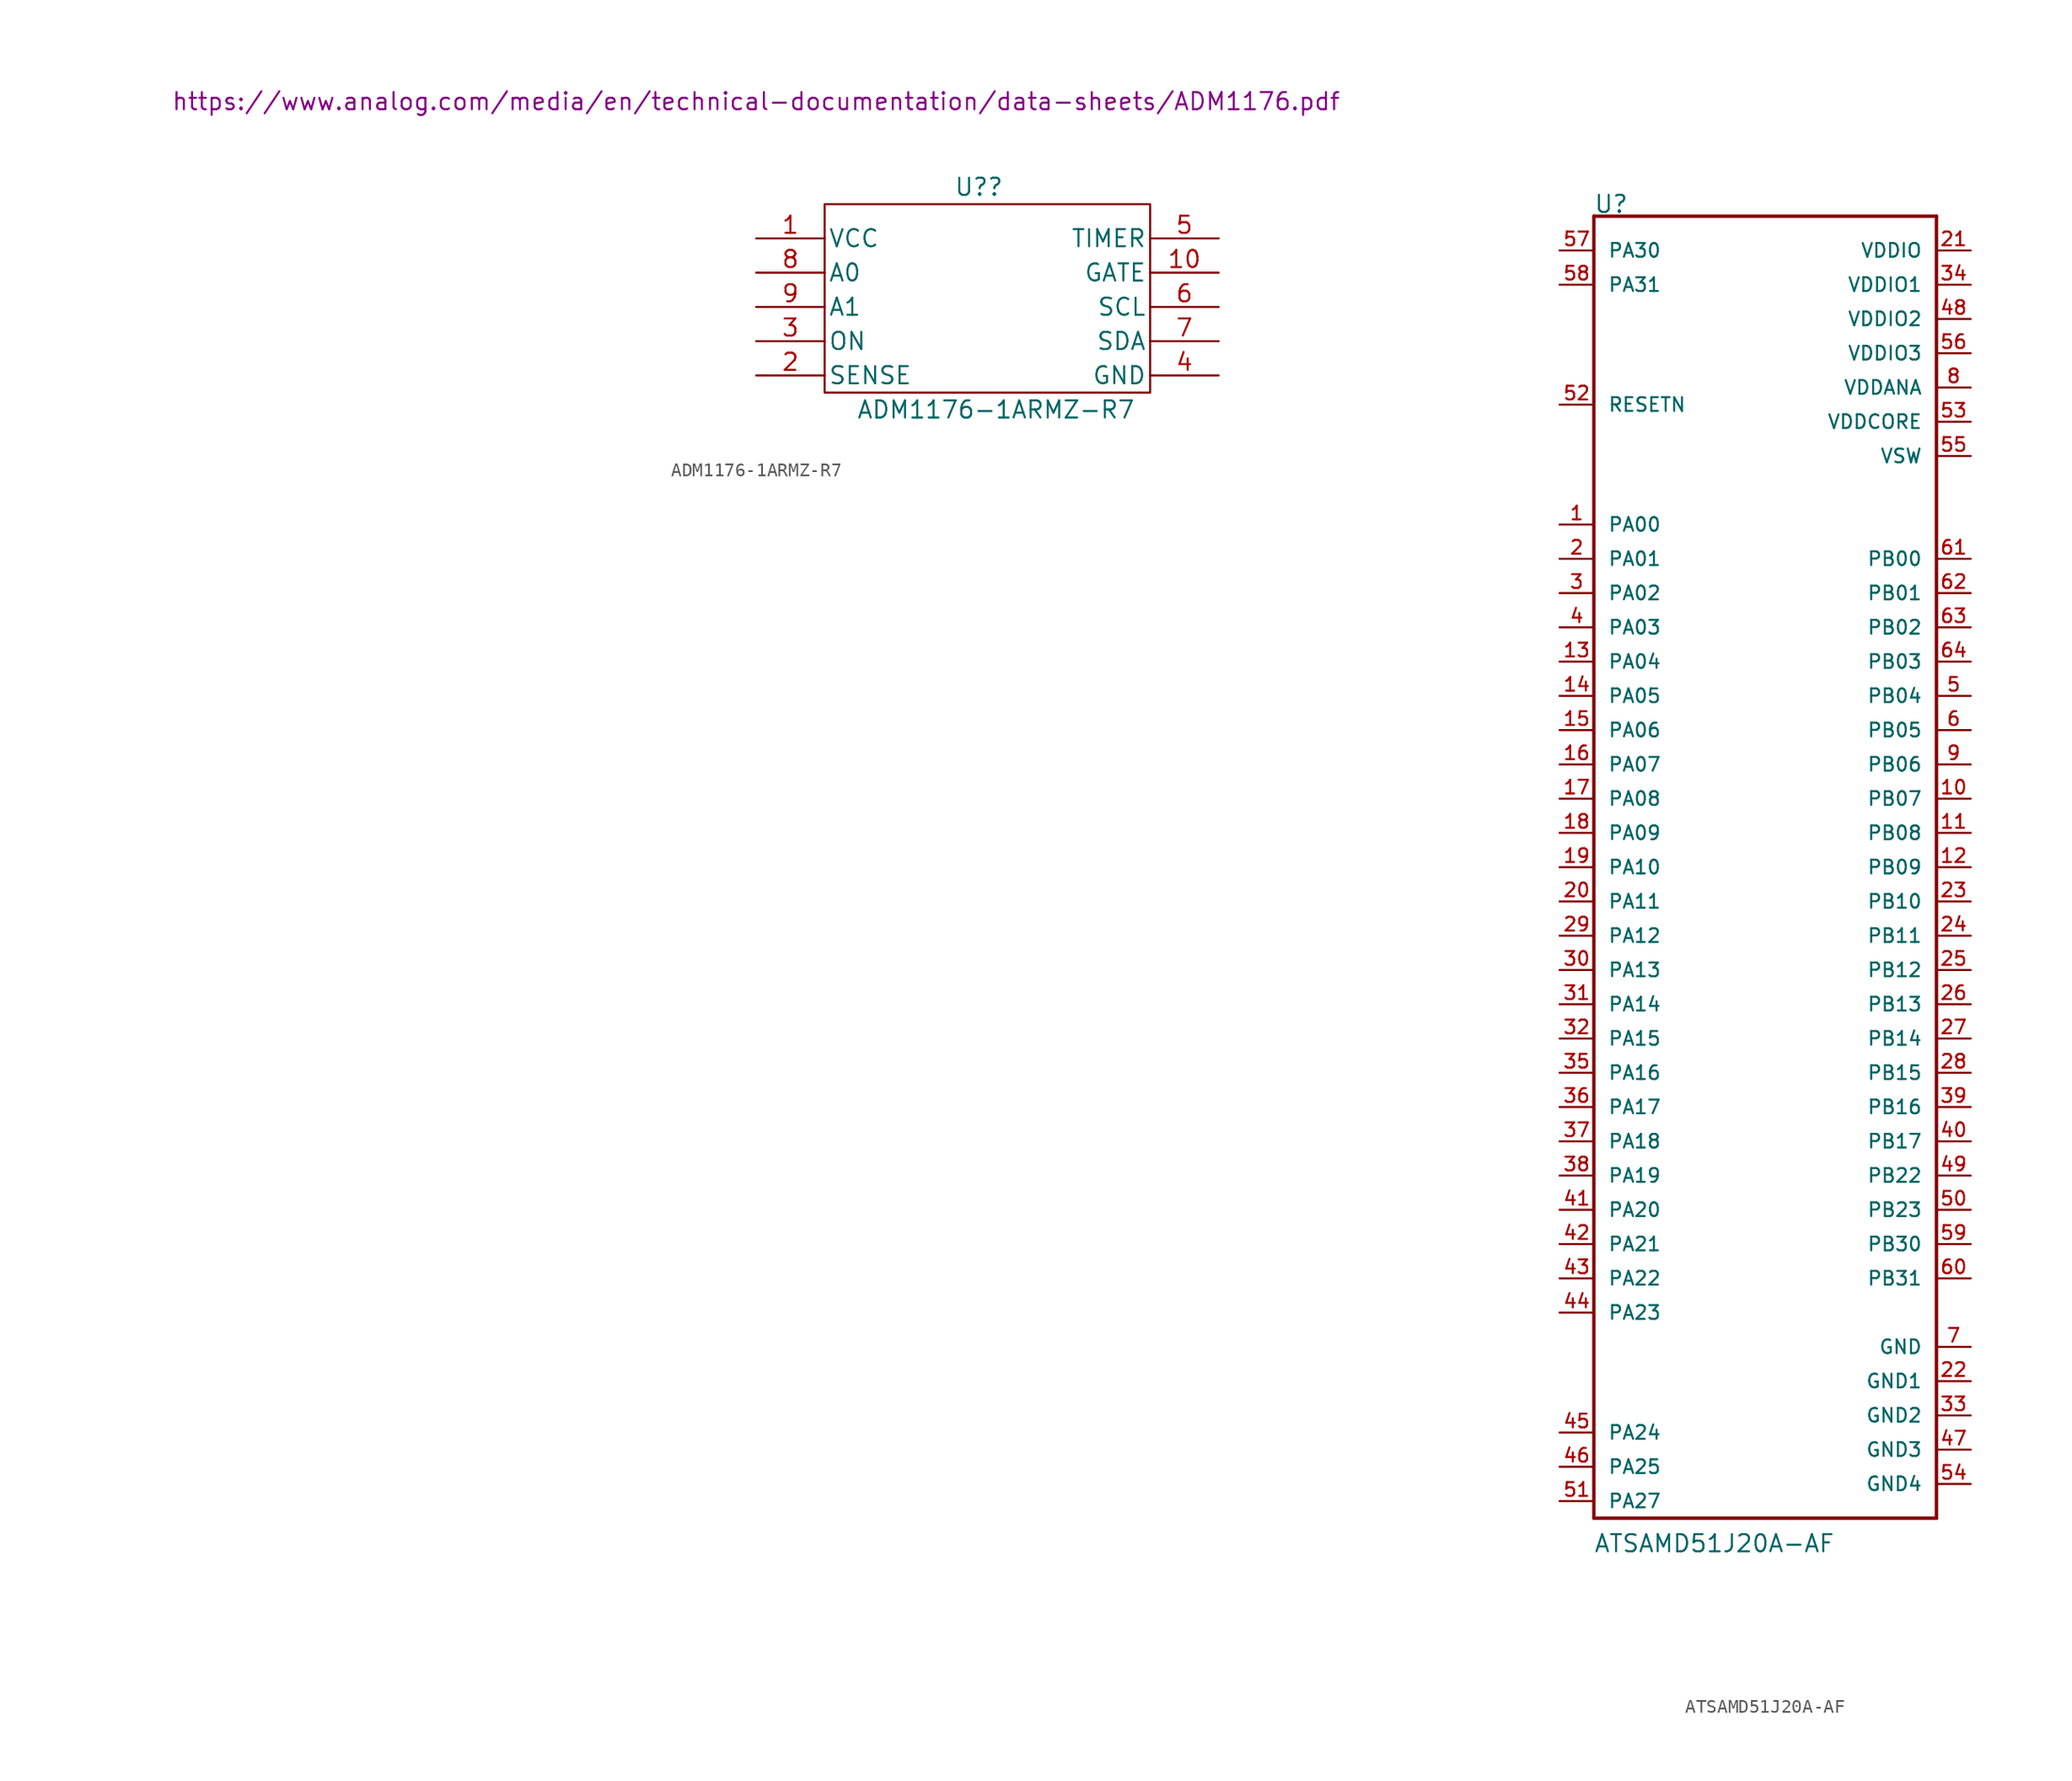
<source format=kicad_sym>
(kicad_symbol_lib
  (version 20241209)
  (generator "kicad_symbol_editor")
  (generator_version "9.0")
  (symbol "ADM1176-1ARMZ-R7"
    (pin_names
      (offset 0.254))
    (property "Reference" "U?"
      (at 19.05 -10.16 0)
      (effects (font (size 1.27 1.27))))
    (property "Value" "ADM1176-1ARMZ-R7"
      (at 20.32 -26.67 0)
      (effects (font (size 1.27 1.27))))
    (property "Datasheet" "https://www.analog.com/media/en/technical-documentation/data-sheets/ADM1176.pdf"
      (at 2.54 -3.81 0)
      (effects (font (size 1.27 1.27))))
    (symbol "ADM1176-1ARMZ-R7_0_1"
      (rectangle (start 7.62 -11.43) (end 31.75 -25.4) (stroke (width 0) (type default)) (fill (type none))))
    (symbol "ADM1176-1ARMZ-R7_1_0"
      (pin power_in line (at 2.54 -13.97 0) (length 5.08) (name "VCC" (effects (font (size 1.27 1.27)))) (number "1" (effects (font (size 1.27 1.27)))))
      (pin input line (at 2.54 -16.51 0) (length 5.08) (name "A0" (effects (font (size 1.27 1.27)))) (number "8" (effects (font (size 1.27 1.27)))))
      (pin input line (at 2.54 -19.05 0) (length 5.08) (name "A1" (effects (font (size 1.27 1.27)))) (number "9" (effects (font (size 1.27 1.27)))))
      (pin input line (at 2.54 -21.59 0) (length 5.08) (name "ON" (effects (font (size 1.27 1.27)))) (number "3" (effects (font (size 1.27 1.27)))))
      (pin input line (at 2.54 -24.13 0) (length 5.08) (name "SENSE" (effects (font (size 1.27 1.27)))) (number "2" (effects (font (size 1.27 1.27)))))
      (pin input line (at 36.83 -13.97 180) (length 5.08) (name "TIMER" (effects (font (size 1.27 1.27)))) (number "5" (effects (font (size 1.27 1.27)))))
      (pin output line (at 36.83 -16.51 180) (length 5.08) (name "GATE" (effects (font (size 1.27 1.27)))) (number "10" (effects (font (size 1.27 1.27)))))
      (pin input line (at 36.83 -19.05 180) (length 5.08) (name "SCL" (effects (font (size 1.27 1.27)))) (number "6" (effects (font (size 1.27 1.27)))))
      (pin bidirectional line (at 36.83 -21.59 180) (length 5.08) (name "SDA" (effects (font (size 1.27 1.27)))) (number "7" (effects (font (size 1.27 1.27)))))
      (pin power_in line (at 36.83 -24.13 180) (length 5.08) (name "GND" (effects (font (size 1.27 1.27)))) (number "4" (effects (font (size 1.27 1.27)))))))
  (symbol "ATSAMD51J20A-AF"
    (pin_names
      (offset 1.016))
    (property "Reference" "U"
      (at -12.725 48.412 0)
      (effects (font (size 1.27 1.27)) (justify left bottom)))
    (property "Value" "ATSAMD51J20A-AF"
      (at -12.725 -50.876 0)
      (effects (font (size 1.27 1.27)) (justify left bottom)))
    (symbol "ATSAMD51J20A-AF_0_0"
      (polyline (pts (xy -12.7 48.26) (xy -12.7 -48.26)) (stroke (width 0.254) (type default)) (fill (type none)))
      (polyline (pts (xy -12.7 -48.26) (xy 12.7 -48.26)) (stroke (width 0.254) (type default)) (fill (type none)))
      (polyline (pts (xy 12.7 48.26) (xy -12.7 48.26)) (stroke (width 0.254) (type default)) (fill (type none)))
      (polyline (pts (xy 12.7 -48.26) (xy 12.7 48.26)) (stroke (width 0.254) (type default)) (fill (type none)))
      (pin bidirectional line (at -15.24 45.72 0) (length 2.54) (name "PA30" (effects (font (size 1.016 1.016)))) (number "57" (effects (font (size 1.016 1.016)))))
      (pin bidirectional line (at -15.24 43.18 0) (length 2.54) (name "PA31" (effects (font (size 1.016 1.016)))) (number "58" (effects (font (size 1.016 1.016)))))
      (pin input line (at -15.24 34.29 0) (length 2.54) (name "RESETN" (effects (font (size 1.016 1.016)))) (number "52" (effects (font (size 1.016 1.016)))))
      (pin bidirectional line (at -15.24 25.4 0) (length 2.54) (name "PA00" (effects (font (size 1.016 1.016)))) (number "1" (effects (font (size 1.016 1.016)))))
      (pin bidirectional line (at -15.24 22.86 0) (length 2.54) (name "PA01" (effects (font (size 1.016 1.016)))) (number "2" (effects (font (size 1.016 1.016)))))
      (pin bidirectional line (at -15.24 20.32 0) (length 2.54) (name "PA02" (effects (font (size 1.016 1.016)))) (number "3" (effects (font (size 1.016 1.016)))))
      (pin bidirectional line (at -15.24 17.78 0) (length 2.54) (name "PA03" (effects (font (size 1.016 1.016)))) (number "4" (effects (font (size 1.016 1.016)))))
      (pin bidirectional line (at -15.24 15.24 0) (length 2.54) (name "PA04" (effects (font (size 1.016 1.016)))) (number "13" (effects (font (size 1.016 1.016)))))
      (pin bidirectional line (at -15.24 12.7 0) (length 2.54) (name "PA05" (effects (font (size 1.016 1.016)))) (number "14" (effects (font (size 1.016 1.016)))))
      (pin bidirectional line (at -15.24 10.16 0) (length 2.54) (name "PA06" (effects (font (size 1.016 1.016)))) (number "15" (effects (font (size 1.016 1.016)))))
      (pin bidirectional line (at -15.24 7.62 0) (length 2.54) (name "PA07" (effects (font (size 1.016 1.016)))) (number "16" (effects (font (size 1.016 1.016)))))
      (pin bidirectional line (at -15.24 5.08 0) (length 2.54) (name "PA08" (effects (font (size 1.016 1.016)))) (number "17" (effects (font (size 1.016 1.016)))))
      (pin bidirectional line (at -15.24 2.54 0) (length 2.54) (name "PA09" (effects (font (size 1.016 1.016)))) (number "18" (effects (font (size 1.016 1.016)))))
      (pin bidirectional line (at -15.24 0 0) (length 2.54) (name "PA10" (effects (font (size 1.016 1.016)))) (number "19" (effects (font (size 1.016 1.016)))))
      (pin bidirectional line (at -15.24 -2.54 0) (length 2.54) (name "PA11" (effects (font (size 1.016 1.016)))) (number "20" (effects (font (size 1.016 1.016)))))
      (pin bidirectional line (at -15.24 -5.08 0) (length 2.54) (name "PA12" (effects (font (size 1.016 1.016)))) (number "29" (effects (font (size 1.016 1.016)))))
      (pin bidirectional line (at -15.24 -7.62 0) (length 2.54) (name "PA13" (effects (font (size 1.016 1.016)))) (number "30" (effects (font (size 1.016 1.016)))))
      (pin bidirectional line (at -15.24 -10.16 0) (length 2.54) (name "PA14" (effects (font (size 1.016 1.016)))) (number "31" (effects (font (size 1.016 1.016)))))
      (pin bidirectional line (at -15.24 -12.7 0) (length 2.54) (name "PA15" (effects (font (size 1.016 1.016)))) (number "32" (effects (font (size 1.016 1.016)))))
      (pin bidirectional line (at -15.24 -15.24 0) (length 2.54) (name "PA16" (effects (font (size 1.016 1.016)))) (number "35" (effects (font (size 1.016 1.016)))))
      (pin bidirectional line (at -15.24 -17.78 0) (length 2.54) (name "PA17" (effects (font (size 1.016 1.016)))) (number "36" (effects (font (size 1.016 1.016)))))
      (pin bidirectional line (at -15.24 -20.32 0) (length 2.54) (name "PA18" (effects (font (size 1.016 1.016)))) (number "37" (effects (font (size 1.016 1.016)))))
      (pin bidirectional line (at -15.24 -22.86 0) (length 2.54) (name "PA19" (effects (font (size 1.016 1.016)))) (number "38" (effects (font (size 1.016 1.016)))))
      (pin bidirectional line (at -15.24 -25.4 0) (length 2.54) (name "PA20" (effects (font (size 1.016 1.016)))) (number "41" (effects (font (size 1.016 1.016)))))
      (pin bidirectional line (at -15.24 -27.94 0) (length 2.54) (name "PA21" (effects (font (size 1.016 1.016)))) (number "42" (effects (font (size 1.016 1.016)))))
      (pin bidirectional line (at -15.24 -30.48 0) (length 2.54) (name "PA22" (effects (font (size 1.016 1.016)))) (number "43" (effects (font (size 1.016 1.016)))))
      (pin bidirectional line (at -15.24 -33.02 0) (length 2.54) (name "PA23" (effects (font (size 1.016 1.016)))) (number "44" (effects (font (size 1.016 1.016)))))
      (pin bidirectional line (at -15.24 -41.91 0) (length 2.54) (name "PA24" (effects (font (size 1.016 1.016)))) (number "45" (effects (font (size 1.016 1.016)))))
      (pin bidirectional line (at -15.24 -44.45 0) (length 2.54) (name "PA25" (effects (font (size 1.016 1.016)))) (number "46" (effects (font (size 1.016 1.016)))))
      (pin bidirectional line (at -15.24 -46.99 0) (length 2.54) (name "PA27" (effects (font (size 1.016 1.016)))) (number "51" (effects (font (size 1.016 1.016)))))
      (pin power_in line (at 15.24 45.72 180) (length 2.54) (name "VDDIO" (effects (font (size 1.016 1.016)))) (number "21" (effects (font (size 1.016 1.016)))))
      (pin power_in line (at 15.24 43.18 180) (length 2.54) (name "VDDIO1" (effects (font (size 1.016 1.016)))) (number "34" (effects (font (size 1.016 1.016)))))
      (pin power_in line (at 15.24 40.64 180) (length 2.54) (name "VDDIO2" (effects (font (size 1.016 1.016)))) (number "48" (effects (font (size 1.016 1.016)))))
      (pin power_in line (at 15.24 38.1 180) (length 2.54) (name "VDDIO3" (effects (font (size 1.016 1.016)))) (number "56" (effects (font (size 1.016 1.016)))))
      (pin power_in line (at 15.24 35.56 180) (length 2.54) (name "VDDANA" (effects (font (size 1.016 1.016)))) (number "8" (effects (font (size 1.016 1.016)))))
      (pin power_in line (at 15.24 33.02 180) (length 2.54) (name "VDDCORE" (effects (font (size 1.016 1.016)))) (number "53" (effects (font (size 1.016 1.016)))))
      (pin power_in line (at 15.24 30.48 180) (length 2.54) (name "VSW" (effects (font (size 1.016 1.016)))) (number "55" (effects (font (size 1.016 1.016)))))
      (pin bidirectional line (at 15.24 22.86 180) (length 2.54) (name "PB00" (effects (font (size 1.016 1.016)))) (number "61" (effects (font (size 1.016 1.016)))))
      (pin bidirectional line (at 15.24 20.32 180) (length 2.54) (name "PB01" (effects (font (size 1.016 1.016)))) (number "62" (effects (font (size 1.016 1.016)))))
      (pin bidirectional line (at 15.24 17.78 180) (length 2.54) (name "PB02" (effects (font (size 1.016 1.016)))) (number "63" (effects (font (size 1.016 1.016)))))
      (pin bidirectional line (at 15.24 15.24 180) (length 2.54) (name "PB03" (effects (font (size 1.016 1.016)))) (number "64" (effects (font (size 1.016 1.016)))))
      (pin bidirectional line (at 15.24 12.7 180) (length 2.54) (name "PB04" (effects (font (size 1.016 1.016)))) (number "5" (effects (font (size 1.016 1.016)))))
      (pin bidirectional line (at 15.24 10.16 180) (length 2.54) (name "PB05" (effects (font (size 1.016 1.016)))) (number "6" (effects (font (size 1.016 1.016)))))
      (pin bidirectional line (at 15.24 7.62 180) (length 2.54) (name "PB06" (effects (font (size 1.016 1.016)))) (number "9" (effects (font (size 1.016 1.016)))))
      (pin bidirectional line (at 15.24 5.08 180) (length 2.54) (name "PB07" (effects (font (size 1.016 1.016)))) (number "10" (effects (font (size 1.016 1.016)))))
      (pin bidirectional line (at 15.24 2.54 180) (length 2.54) (name "PB08" (effects (font (size 1.016 1.016)))) (number "11" (effects (font (size 1.016 1.016)))))
      (pin bidirectional line (at 15.24 0 180) (length 2.54) (name "PB09" (effects (font (size 1.016 1.016)))) (number "12" (effects (font (size 1.016 1.016)))))
      (pin bidirectional line (at 15.24 -2.54 180) (length 2.54) (name "PB10" (effects (font (size 1.016 1.016)))) (number "23" (effects (font (size 1.016 1.016)))))
      (pin bidirectional line (at 15.24 -5.08 180) (length 2.54) (name "PB11" (effects (font (size 1.016 1.016)))) (number "24" (effects (font (size 1.016 1.016)))))
      (pin bidirectional line (at 15.24 -7.62 180) (length 2.54) (name "PB12" (effects (font (size 1.016 1.016)))) (number "25" (effects (font (size 1.016 1.016)))))
      (pin bidirectional line (at 15.24 -10.16 180) (length 2.54) (name "PB13" (effects (font (size 1.016 1.016)))) (number "26" (effects (font (size 1.016 1.016)))))
      (pin bidirectional line (at 15.24 -12.7 180) (length 2.54) (name "PB14" (effects (font (size 1.016 1.016)))) (number "27" (effects (font (size 1.016 1.016)))))
      (pin bidirectional line (at 15.24 -15.24 180) (length 2.54) (name "PB15" (effects (font (size 1.016 1.016)))) (number "28" (effects (font (size 1.016 1.016)))))
      (pin bidirectional line (at 15.24 -17.78 180) (length 2.54) (name "PB16" (effects (font (size 1.016 1.016)))) (number "39" (effects (font (size 1.016 1.016)))))
      (pin bidirectional line (at 15.24 -20.32 180) (length 2.54) (name "PB17" (effects (font (size 1.016 1.016)))) (number "40" (effects (font (size 1.016 1.016)))))
      (pin bidirectional line (at 15.24 -22.86 180) (length 2.54) (name "PB22" (effects (font (size 1.016 1.016)))) (number "49" (effects (font (size 1.016 1.016)))))
      (pin bidirectional line (at 15.24 -25.4 180) (length 2.54) (name "PB23" (effects (font (size 1.016 1.016)))) (number "50" (effects (font (size 1.016 1.016)))))
      (pin bidirectional line (at 15.24 -27.94 180) (length 2.54) (name "PB30" (effects (font (size 1.016 1.016)))) (number "59" (effects (font (size 1.016 1.016)))))
      (pin bidirectional line (at 15.24 -30.48 180) (length 2.54) (name "PB31" (effects (font (size 1.016 1.016)))) (number "60" (effects (font (size 1.016 1.016)))))
      (pin power_in line (at 15.24 -35.56 180) (length 2.54) (name "GND" (effects (font (size 1.016 1.016)))) (number "7" (effects (font (size 1.016 1.016)))))
      (pin power_in line (at 15.24 -38.1 180) (length 2.54) (name "GND1" (effects (font (size 1.016 1.016)))) (number "22" (effects (font (size 1.016 1.016)))))
      (pin power_in line (at 15.24 -40.64 180) (length 2.54) (name "GND2" (effects (font (size 1.016 1.016)))) (number "33" (effects (font (size 1.016 1.016)))))
      (pin power_in line (at 15.24 -43.18 180) (length 2.54) (name "GND3" (effects (font (size 1.016 1.016)))) (number "47" (effects (font (size 1.016 1.016)))))
      (pin power_in line (at 15.24 -45.72 180) (length 2.54) (name "GND4" (effects (font (size 1.016 1.016)))) (number "54" (effects (font (size 1.016 1.016))))))))
</source>
